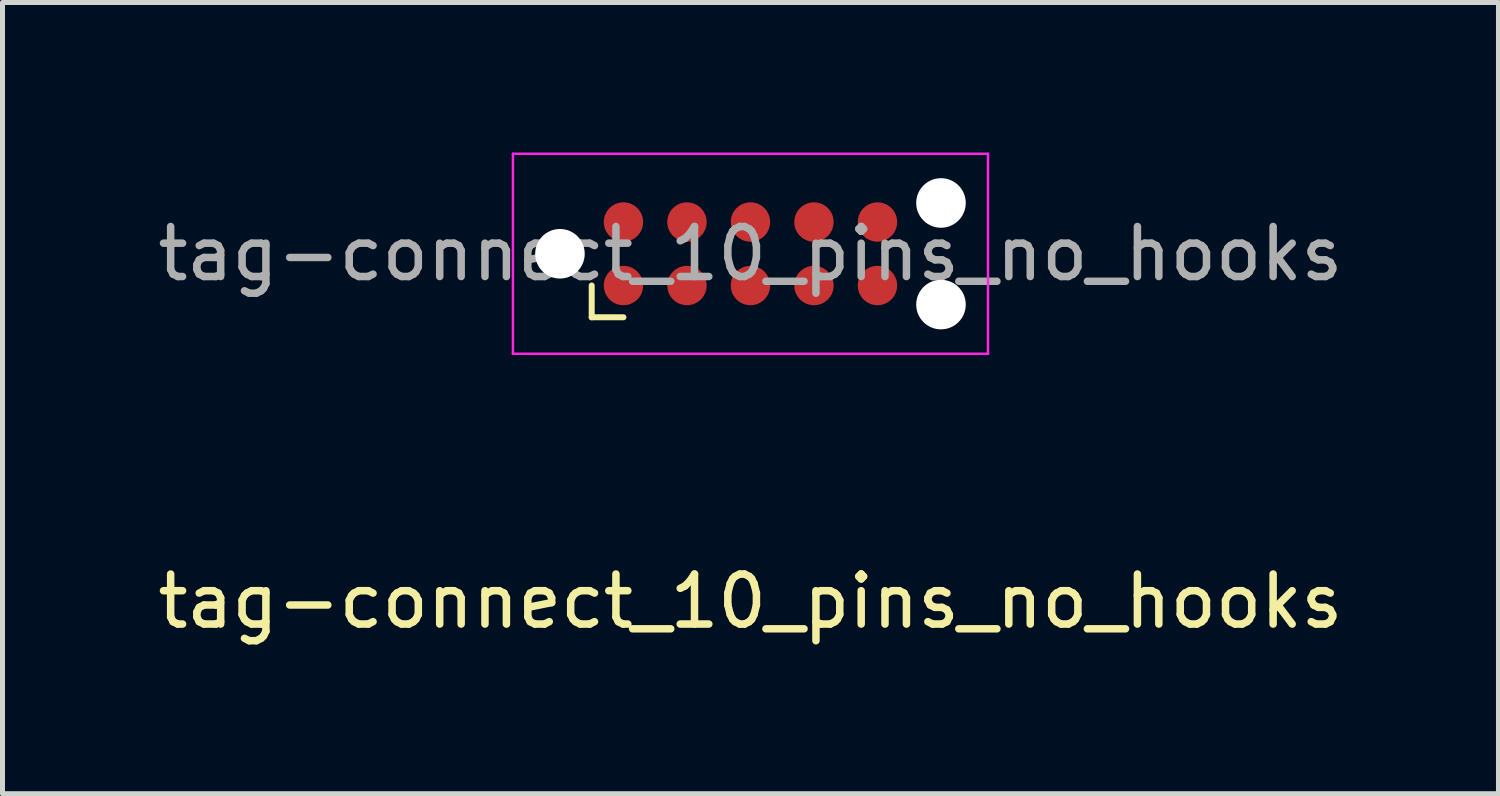
<source format=kicad_pcb>
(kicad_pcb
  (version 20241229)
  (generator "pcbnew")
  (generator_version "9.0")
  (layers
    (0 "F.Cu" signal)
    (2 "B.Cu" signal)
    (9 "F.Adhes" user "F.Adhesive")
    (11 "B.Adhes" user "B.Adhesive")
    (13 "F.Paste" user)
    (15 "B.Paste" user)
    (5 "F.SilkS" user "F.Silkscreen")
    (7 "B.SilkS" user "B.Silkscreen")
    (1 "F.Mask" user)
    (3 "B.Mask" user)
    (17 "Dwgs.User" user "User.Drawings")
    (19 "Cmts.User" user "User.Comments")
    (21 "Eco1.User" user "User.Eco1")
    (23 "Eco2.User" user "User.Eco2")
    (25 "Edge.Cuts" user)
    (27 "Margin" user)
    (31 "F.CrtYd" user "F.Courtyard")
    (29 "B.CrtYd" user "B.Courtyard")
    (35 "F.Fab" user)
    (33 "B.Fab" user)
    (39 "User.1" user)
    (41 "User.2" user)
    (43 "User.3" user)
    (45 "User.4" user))
  (footprint "tag-connect_10_pins_no_hooks"
    (layer "F.Cu")
    (at 11.958 2.025)
    (property "Reference" "tag-connect_10_pins_no_hooks" (at 0 6.95 0) (layer "F.SilkS") (effects (font (size 1 1) (thickness 0.15))))
    (attr exclude_from_pos_files exclude_from_bom)
    (fp_line (start -3.175 1.27) (end -3.175 0.635) (stroke (width 0.12) (type solid)) (layer "F.SilkS"))
    (fp_line (start -2.54 1.27) (end -3.175 1.27) (stroke (width 0.12) (type solid)) (layer "F.SilkS"))
    (fp_line (start -4.75 -2) (end 4.75 -2) (stroke (width 0.05) (type solid)) (layer "F.CrtYd"))
    (fp_line (start -4.75 2) (end -4.75 -2) (stroke (width 0.05) (type solid)) (layer "F.CrtYd"))
    (fp_line (start 4.75 -2) (end 4.75 2) (stroke (width 0.05) (type solid)) (layer "F.CrtYd"))
    (fp_line (start 4.75 2) (end -4.75 2) (stroke (width 0.05) (type solid)) (layer "F.CrtYd"))
    (fp_text user "${REFERENCE}" (at 0 0 0) (layer "F.Fab") (effects (font (size 1 1) (thickness 0.15))))
    (pad "" np_thru_hole circle (at -3.81 0) (size 0.991 0.991) (drill 0.991) (layers "*.Cu" "*.Mask"))
    (pad "" np_thru_hole circle (at 3.81 -1.016) (size 0.991 0.991) (drill 0.991) (layers "*.Cu" "*.Mask"))
    (pad "" np_thru_hole circle (at 3.81 1.016) (size 0.991 0.991) (drill 0.991) (layers "*.Cu" "*.Mask"))
    (pad "1" connect circle (at -2.54 0.635) (size 0.787 0.787) (layers "F.Cu" "F.Mask"))
    (pad "2" connect circle (at -1.27 0.635) (size 0.787 0.787) (layers "F.Cu" "F.Mask"))
    (pad "3" connect circle (at 0 0.635) (size 0.787 0.787) (layers "F.Cu" "F.Mask"))
    (pad "4" connect circle (at 1.27 0.635) (size 0.787 0.787) (layers "F.Cu" "F.Mask"))
    (pad "5" connect circle (at 2.54 0.635) (size 0.787 0.787) (layers "F.Cu" "F.Mask"))
    (pad "6" connect circle (at 2.54 -0.635) (size 0.787 0.787) (layers "F.Cu" "F.Mask"))
    (pad "7" connect circle (at 1.27 -0.635) (size 0.787 0.787) (layers "F.Cu" "F.Mask"))
    (pad "8" connect circle (at 0 -0.635) (size 0.787 0.787) (layers "F.Cu" "F.Mask"))
    (pad "9" connect circle (at -1.27 -0.635) (size 0.787 0.787) (layers "F.Cu" "F.Mask"))
    (pad "10" connect circle (at -2.54 -0.635) (size 0.787 0.787) (layers "F.Cu" "F.Mask")))
  (gr_rect
    (start -3 -3)
    (end 26.917 12.823)
    (stroke (width 0.1) (type default))
    (fill no)
    (layer "Edge.Cuts")))
</source>
